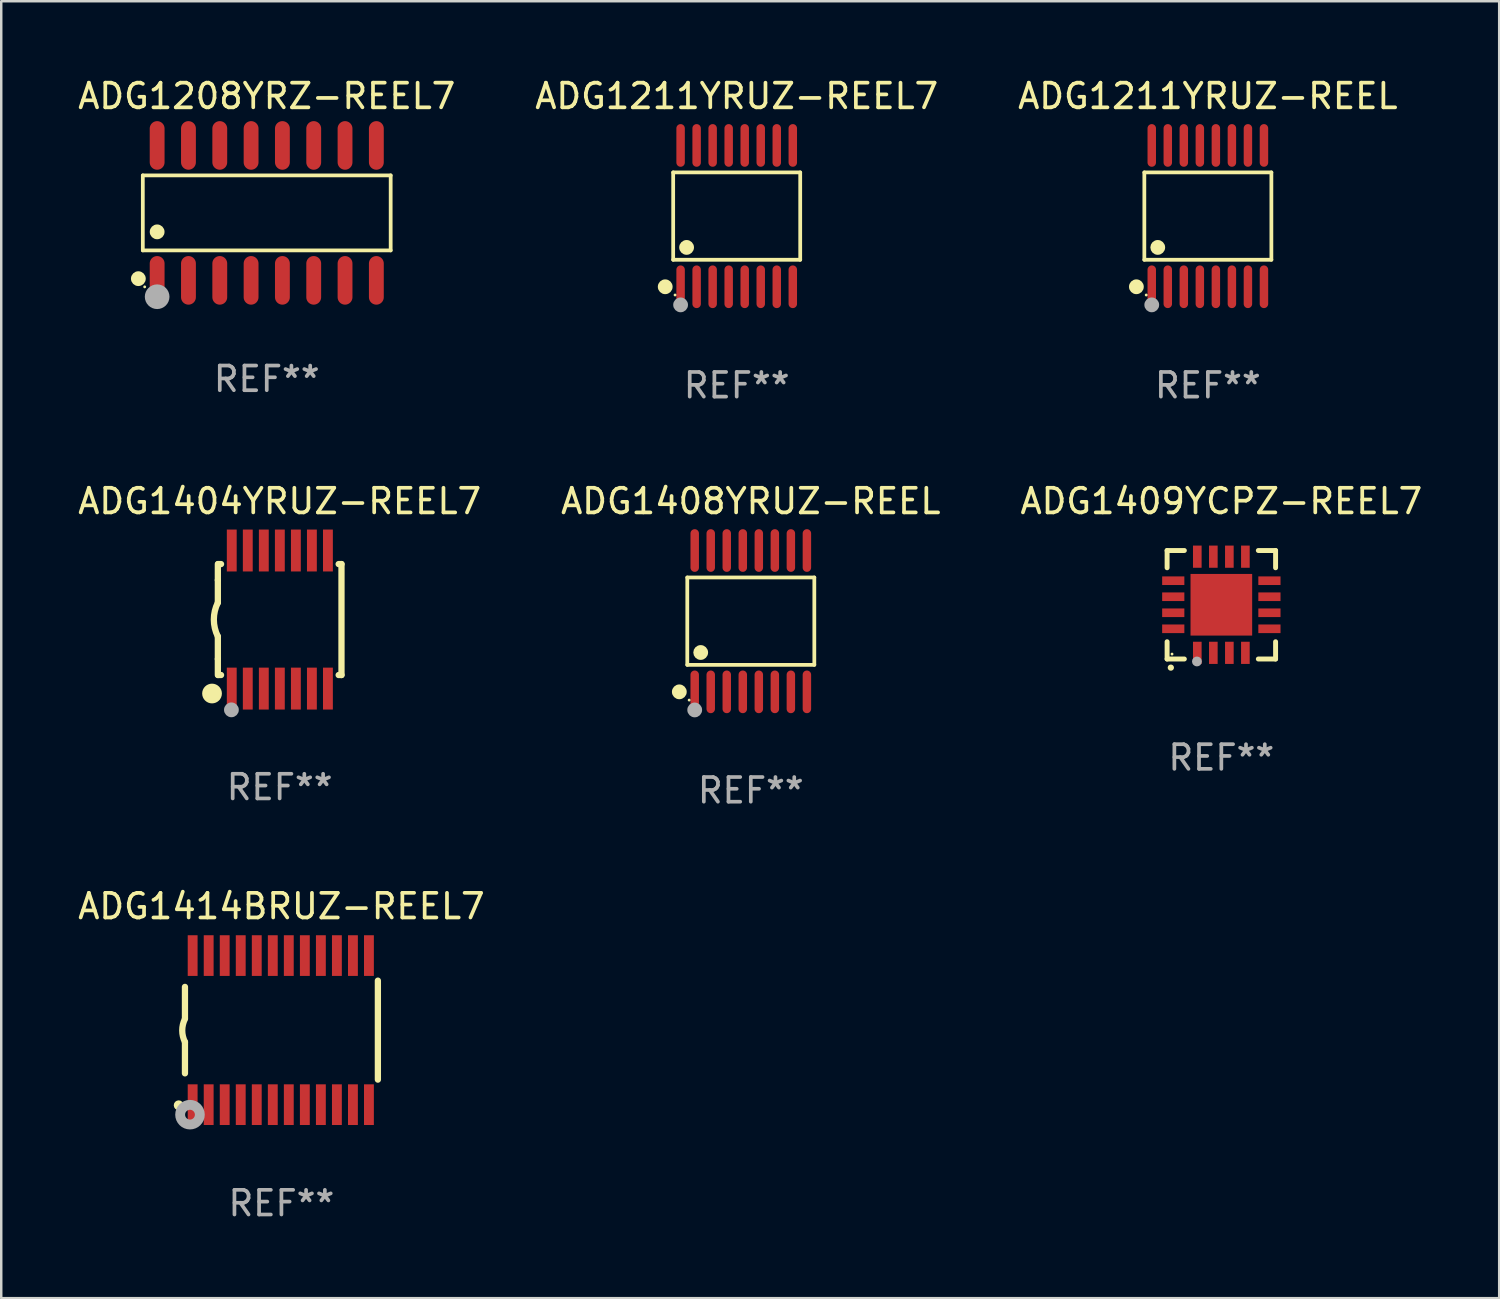
<source format=kicad_pcb>
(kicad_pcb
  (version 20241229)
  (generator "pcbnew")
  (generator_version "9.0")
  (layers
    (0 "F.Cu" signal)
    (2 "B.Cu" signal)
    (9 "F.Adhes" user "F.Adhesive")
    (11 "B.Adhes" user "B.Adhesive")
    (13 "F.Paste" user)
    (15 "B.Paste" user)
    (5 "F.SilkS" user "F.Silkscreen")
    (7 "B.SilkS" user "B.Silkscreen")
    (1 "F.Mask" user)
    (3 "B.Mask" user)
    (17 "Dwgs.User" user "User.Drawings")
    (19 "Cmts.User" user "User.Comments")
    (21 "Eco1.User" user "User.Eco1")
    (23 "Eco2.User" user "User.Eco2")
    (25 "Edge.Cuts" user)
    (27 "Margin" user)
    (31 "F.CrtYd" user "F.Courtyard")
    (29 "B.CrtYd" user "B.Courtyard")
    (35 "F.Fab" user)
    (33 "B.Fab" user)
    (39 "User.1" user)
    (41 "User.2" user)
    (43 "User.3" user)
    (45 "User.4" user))
  (footprint "ADG1208YRZ-REEL7"
    (layer "F.Cu")
    (at 7.768 5.584)
    (property "Reference" "ADG1208YRZ-REEL7" (at 0 -4.736 0) (layer "F.SilkS") (effects (font (size 1 1) (thickness 0.15))))
    (attr through_hole)
    (fp_line (start -5.026 -1.521) (end 5.026 -1.521) (stroke (width 0.152) (type solid)) (layer "F.SilkS"))
    (fp_line (start -5.026 1.521) (end -5.026 -1.521) (stroke (width 0.152) (type solid)) (layer "F.SilkS"))
    (fp_line (start 5.026 -1.521) (end 5.026 1.521) (stroke (width 0.152) (type solid)) (layer "F.SilkS"))
    (fp_line (start 5.026 1.521) (end -5.026 1.521) (stroke (width 0.152) (type solid)) (layer "F.SilkS"))
    (fp_circle (center -5.207 2.667) (end -5.057 2.667) (stroke (width 0.3) (type solid)) (fill no) (layer "F.SilkS"))
    (fp_circle (center -4.95 3) (end -4.92 3) (stroke (width 0.06) (type solid)) (fill no) (layer "F.SilkS"))
    (fp_circle (center -4.445 0.769) (end -4.295 0.769) (stroke (width 0.3) (type solid)) (fill no) (layer "F.SilkS"))
    (fp_circle (center -4.445 3.4) (end -4.195 3.4) (stroke (width 0.5) (type solid)) (fill no) (layer "F.Fab"))
    (fp_text user "REF**" (at 0 6.736 0) (layer "F.Fab") (effects (font (size 1 1) (thickness 0.15))))
    (pad "1" smd oval (at -4.445 2.736) (size 0.602 1.971) (layers "F.Cu" "F.Mask" "F.Paste"))
    (pad "2" smd oval (at -3.175 2.736) (size 0.602 1.971) (layers "F.Cu" "F.Mask" "F.Paste"))
    (pad "3" smd oval (at -1.905 2.736) (size 0.602 1.971) (layers "F.Cu" "F.Mask" "F.Paste"))
    (pad "4" smd oval (at -0.635 2.736) (size 0.602 1.971) (layers "F.Cu" "F.Mask" "F.Paste"))
    (pad "5" smd oval (at 0.635 2.736) (size 0.602 1.971) (layers "F.Cu" "F.Mask" "F.Paste"))
    (pad "6" smd oval (at 1.905 2.736) (size 0.602 1.971) (layers "F.Cu" "F.Mask" "F.Paste"))
    (pad "7" smd oval (at 3.175 2.736) (size 0.602 1.971) (layers "F.Cu" "F.Mask" "F.Paste"))
    (pad "8" smd oval (at 4.445 2.736) (size 0.602 1.971) (layers "F.Cu" "F.Mask" "F.Paste"))
    (pad "9" smd oval (at 4.445 -2.736) (size 0.602 1.971) (layers "F.Cu" "F.Mask" "F.Paste"))
    (pad "10" smd oval (at 3.175 -2.736) (size 0.602 1.971) (layers "F.Cu" "F.Mask" "F.Paste"))
    (pad "11" smd oval (at 1.905 -2.736) (size 0.602 1.971) (layers "F.Cu" "F.Mask" "F.Paste"))
    (pad "12" smd oval (at 0.635 -2.736) (size 0.602 1.971) (layers "F.Cu" "F.Mask" "F.Paste"))
    (pad "13" smd oval (at -0.635 -2.736) (size 0.602 1.971) (layers "F.Cu" "F.Mask" "F.Paste"))
    (pad "14" smd oval (at -1.905 -2.736) (size 0.602 1.971) (layers "F.Cu" "F.Mask" "F.Paste"))
    (pad "15" smd oval (at -3.175 -2.736) (size 0.602 1.971) (layers "F.Cu" "F.Mask" "F.Paste"))
    (pad "16" smd oval (at -4.445 -2.736) (size 0.602 1.971) (layers "F.Cu" "F.Mask" "F.Paste")))
  (footprint "ADG1211YRUZ-REEL"
    (layer "F.Cu")
    (at 45.935 5.714)
    (property "Reference" "ADG1211YRUZ-REEL" (at 0 -4.866 0) (layer "F.SilkS") (effects (font (size 1 1) (thickness 0.15))))
    (attr through_hole)
    (fp_line (start -2.576 -1.772) (end 2.576 -1.772) (stroke (width 0.152) (type solid)) (layer "F.SilkS"))
    (fp_line (start -2.576 1.771) (end -2.576 -1.772) (stroke (width 0.152) (type solid)) (layer "F.SilkS"))
    (fp_line (start 2.576 -1.772) (end 2.576 1.771) (stroke (width 0.152) (type solid)) (layer "F.SilkS"))
    (fp_line (start 2.576 1.771) (end -2.576 1.771) (stroke (width 0.152) (type solid)) (layer "F.SilkS"))
    (fp_circle (center -2.899 2.866) (end -2.749 2.866) (stroke (width 0.3) (type solid)) (fill no) (layer "F.SilkS"))
    (fp_circle (center -2.5 3.2) (end -2.47 3.2) (stroke (width 0.06) (type solid)) (fill no) (layer "F.SilkS"))
    (fp_circle (center -2.032 1.27) (end -1.882 1.27) (stroke (width 0.3) (type solid)) (fill no) (layer "F.SilkS"))
    (fp_circle (center -2.275 3.6) (end -2.125 3.6) (stroke (width 0.3) (type solid)) (fill no) (layer "F.Fab"))
    (fp_text user "REF**" (at 0 6.866 0) (layer "F.Fab") (effects (font (size 1 1) (thickness 0.15))))
    (pad "1" smd oval (at -2.275 2.866) (size 0.343 1.731) (layers "F.Cu" "F.Mask" "F.Paste"))
    (pad "2" smd oval (at -1.625 2.866) (size 0.343 1.731) (layers "F.Cu" "F.Mask" "F.Paste"))
    (pad "3" smd oval (at -0.975 2.866) (size 0.343 1.731) (layers "F.Cu" "F.Mask" "F.Paste"))
    (pad "4" smd oval (at -0.325 2.866) (size 0.343 1.731) (layers "F.Cu" "F.Mask" "F.Paste"))
    (pad "5" smd oval (at 0.325 2.866) (size 0.343 1.731) (layers "F.Cu" "F.Mask" "F.Paste"))
    (pad "6" smd oval (at 0.975 2.866) (size 0.343 1.731) (layers "F.Cu" "F.Mask" "F.Paste"))
    (pad "7" smd oval (at 1.625 2.866) (size 0.343 1.731) (layers "F.Cu" "F.Mask" "F.Paste"))
    (pad "8" smd oval (at 2.275 2.866) (size 0.343 1.731) (layers "F.Cu" "F.Mask" "F.Paste"))
    (pad "9" smd oval (at 2.275 -2.866) (size 0.343 1.731) (layers "F.Cu" "F.Mask" "F.Paste"))
    (pad "10" smd oval (at 1.625 -2.866) (size 0.343 1.731) (layers "F.Cu" "F.Mask" "F.Paste"))
    (pad "11" smd oval (at 0.975 -2.866) (size 0.343 1.731) (layers "F.Cu" "F.Mask" "F.Paste"))
    (pad "12" smd oval (at 0.325 -2.866) (size 0.343 1.731) (layers "F.Cu" "F.Mask" "F.Paste"))
    (pad "13" smd oval (at -0.325 -2.866) (size 0.343 1.731) (layers "F.Cu" "F.Mask" "F.Paste"))
    (pad "14" smd oval (at -0.975 -2.866) (size 0.343 1.731) (layers "F.Cu" "F.Mask" "F.Paste"))
    (pad "15" smd oval (at -1.625 -2.866) (size 0.343 1.731) (layers "F.Cu" "F.Mask" "F.Paste"))
    (pad "16" smd oval (at -2.275 -2.866) (size 0.343 1.731) (layers "F.Cu" "F.Mask" "F.Paste")))
  (footprint "ADG1211YRUZ-REEL7"
    (layer "F.Cu")
    (at 26.827 5.714)
    (property "Reference" "ADG1211YRUZ-REEL7" (at 0 -4.866 0) (layer "F.SilkS") (effects (font (size 1 1) (thickness 0.15))))
    (attr through_hole)
    (fp_line (start -2.576 -1.772) (end 2.576 -1.772) (stroke (width 0.152) (type solid)) (layer "F.SilkS"))
    (fp_line (start -2.576 1.771) (end -2.576 -1.772) (stroke (width 0.152) (type solid)) (layer "F.SilkS"))
    (fp_line (start 2.576 -1.772) (end 2.576 1.771) (stroke (width 0.152) (type solid)) (layer "F.SilkS"))
    (fp_line (start 2.576 1.771) (end -2.576 1.771) (stroke (width 0.152) (type solid)) (layer "F.SilkS"))
    (fp_circle (center -2.899 2.866) (end -2.749 2.866) (stroke (width 0.3) (type solid)) (fill no) (layer "F.SilkS"))
    (fp_circle (center -2.5 3.2) (end -2.47 3.2) (stroke (width 0.06) (type solid)) (fill no) (layer "F.SilkS"))
    (fp_circle (center -2.032 1.27) (end -1.882 1.27) (stroke (width 0.3) (type solid)) (fill no) (layer "F.SilkS"))
    (fp_circle (center -2.275 3.6) (end -2.125 3.6) (stroke (width 0.3) (type solid)) (fill no) (layer "F.Fab"))
    (fp_text user "REF**" (at 0 6.866 0) (layer "F.Fab") (effects (font (size 1 1) (thickness 0.15))))
    (pad "1" smd oval (at -2.275 2.866) (size 0.343 1.731) (layers "F.Cu" "F.Mask" "F.Paste"))
    (pad "2" smd oval (at -1.625 2.866) (size 0.343 1.731) (layers "F.Cu" "F.Mask" "F.Paste"))
    (pad "3" smd oval (at -0.975 2.866) (size 0.343 1.731) (layers "F.Cu" "F.Mask" "F.Paste"))
    (pad "4" smd oval (at -0.325 2.866) (size 0.343 1.731) (layers "F.Cu" "F.Mask" "F.Paste"))
    (pad "5" smd oval (at 0.325 2.866) (size 0.343 1.731) (layers "F.Cu" "F.Mask" "F.Paste"))
    (pad "6" smd oval (at 0.975 2.866) (size 0.343 1.731) (layers "F.Cu" "F.Mask" "F.Paste"))
    (pad "7" smd oval (at 1.625 2.866) (size 0.343 1.731) (layers "F.Cu" "F.Mask" "F.Paste"))
    (pad "8" smd oval (at 2.275 2.866) (size 0.343 1.731) (layers "F.Cu" "F.Mask" "F.Paste"))
    (pad "9" smd oval (at 2.275 -2.866) (size 0.343 1.731) (layers "F.Cu" "F.Mask" "F.Paste"))
    (pad "10" smd oval (at 1.625 -2.866) (size 0.343 1.731) (layers "F.Cu" "F.Mask" "F.Paste"))
    (pad "11" smd oval (at 0.975 -2.866) (size 0.343 1.731) (layers "F.Cu" "F.Mask" "F.Paste"))
    (pad "12" smd oval (at 0.325 -2.866) (size 0.343 1.731) (layers "F.Cu" "F.Mask" "F.Paste"))
    (pad "13" smd oval (at -0.325 -2.866) (size 0.343 1.731) (layers "F.Cu" "F.Mask" "F.Paste"))
    (pad "14" smd oval (at -0.975 -2.866) (size 0.343 1.731) (layers "F.Cu" "F.Mask" "F.Paste"))
    (pad "15" smd oval (at -1.625 -2.866) (size 0.343 1.731) (layers "F.Cu" "F.Mask" "F.Paste"))
    (pad "16" smd oval (at -2.275 -2.866) (size 0.343 1.731) (layers "F.Cu" "F.Mask" "F.Paste")))
  (footprint "ADG1404YRUZ-REEL7"
    (layer "F.Cu")
    (at 8.292 22.076)
    (property "Reference" "ADG1404YRUZ-REEL7" (at 0 -4.8 0) (layer "F.SilkS") (effects (font (size 1 1) (thickness 0.15))))
    (attr through_hole)
    (fp_line (start -2.507 -1.6) (end -2.507 -2.25) (stroke (width 0.254) (type solid)) (layer "F.SilkS"))
    (fp_line (start -2.507 -0.686) (end -2.507 -1.6) (stroke (width 0.254) (type solid)) (layer "F.SilkS"))
    (fp_line (start -2.507 1.6) (end -2.507 0.686) (stroke (width 0.254) (type solid)) (layer "F.SilkS"))
    (fp_line (start -2.507 1.6) (end -2.507 2.25) (stroke (width 0.254) (type solid)) (layer "F.SilkS"))
    (fp_line (start -2.493 -2.25) (end -2.377 -2.25) (stroke (width 0.254) (type solid)) (layer "F.SilkS"))
    (fp_line (start -2.377 2.25) (end -2.493 2.25) (stroke (width 0.254) (type solid)) (layer "F.SilkS"))
    (fp_line (start 2.392 -2.25) (end 2.507 -2.25) (stroke (width 0.254) (type solid)) (layer "F.SilkS"))
    (fp_line (start 2.507 -2.25) (end 2.507 2.25) (stroke (width 0.254) (type solid)) (layer "F.SilkS"))
    (fp_line (start 2.507 2.25) (end 2.392 2.25) (stroke (width 0.254) (type solid)) (layer "F.SilkS"))
    (fp_arc (start -2.507303 0.685802) (mid -2.669199 0) (end -2.507303 -0.685801) (stroke (width 0.254001) (type solid)) (layer "F.SilkS"))
    (fp_circle (center -2.743 3) (end -2.543 3) (stroke (width 0.4) (type solid)) (fill no) (layer "F.SilkS"))
    (fp_circle (center -2.493 3.2) (end -2.463 3.2) (stroke (width 0.06) (type solid)) (fill no) (layer "F.SilkS"))
    (fp_circle (center -1.957 3.662) (end -1.807 3.662) (stroke (width 0.3) (type solid)) (fill no) (layer "F.Fab"))
    (fp_text user "REF**" (at 0 6.8 0) (layer "F.Fab") (effects (font (size 1 1) (thickness 0.15))))
    (pad "1" smd rect (at -1.943 2.8) (size 0.4 1.7) (layers "F.Cu" "F.Mask" "F.Paste"))
    (pad "2" smd rect (at -1.293 2.8) (size 0.4 1.7) (layers "F.Cu" "F.Mask" "F.Paste"))
    (pad "3" smd rect (at -0.643 2.8) (size 0.4 1.7) (layers "F.Cu" "F.Mask" "F.Paste"))
    (pad "4" smd rect (at 0.007 2.8) (size 0.4 1.7) (layers "F.Cu" "F.Mask" "F.Paste"))
    (pad "5" smd rect (at 0.657 2.8) (size 0.4 1.7) (layers "F.Cu" "F.Mask" "F.Paste"))
    (pad "6" smd rect (at 1.307 2.8) (size 0.4 1.7) (layers "F.Cu" "F.Mask" "F.Paste"))
    (pad "7" smd rect (at 1.957 2.8) (size 0.4 1.7) (layers "F.Cu" "F.Mask" "F.Paste"))
    (pad "8" smd rect (at 1.957 -2.8) (size 0.4 1.7) (layers "F.Cu" "F.Mask" "F.Paste"))
    (pad "9" smd rect (at 1.307 -2.8) (size 0.4 1.7) (layers "F.Cu" "F.Mask" "F.Paste"))
    (pad "10" smd rect (at 0.657 -2.8) (size 0.4 1.7) (layers "F.Cu" "F.Mask" "F.Paste"))
    (pad "11" smd rect (at 0.007 -2.8) (size 0.4 1.7) (layers "F.Cu" "F.Mask" "F.Paste"))
    (pad "12" smd rect (at -0.643 -2.8) (size 0.4 1.7) (layers "F.Cu" "F.Mask" "F.Paste"))
    (pad "13" smd rect (at -1.293 -2.8) (size 0.4 1.7) (layers "F.Cu" "F.Mask" "F.Paste"))
    (pad "14" smd rect (at -1.943 -2.8) (size 0.4 1.7) (layers "F.Cu" "F.Mask" "F.Paste")))
  (footprint "ADG1414BRUZ-REEL7"
    (layer "F.Cu")
    (at 8.363 38.727)
    (property "Reference" "ADG1414BRUZ-REEL7" (at 0 -5.023 0) (layer "F.SilkS") (effects (font (size 1 1) (thickness 0.15))))
    (attr through_hole)
    (fp_line (start -3.912 -0.483) (end -3.912 -1.753) (stroke (width 0.254) (type solid)) (layer "F.SilkS"))
    (fp_line (start -3.912 1.753) (end -3.912 0.483) (stroke (width 0.254) (type solid)) (layer "F.SilkS"))
    (fp_line (start 3.912 -2.007) (end 3.912 2.007) (stroke (width 0.254) (type solid)) (layer "F.SilkS"))
    (fp_arc (start -3.911608 0.482601) (mid -4.022537 0.0127) (end -3.911608 -0.457201) (stroke (width 0.254001) (type solid)) (layer "F.SilkS"))
    (fp_circle (center -4.166 3.048) (end -4.066 3.048) (stroke (width 0.2) (type solid)) (fill no) (layer "F.SilkS"))
    (fp_circle (center -3.925 3.186) (end -3.895 3.186) (stroke (width 0.06) (type solid)) (fill no) (layer "F.SilkS"))
    (fp_circle (center -3.708 3.429) (end -3.509 3.429) (stroke (width 0.4) (type solid)) (fill no) (layer "F.Fab"))
    (fp_text user "REF**" (at 0 7.023 0) (layer "F.Fab") (effects (font (size 1 1) (thickness 0.15))))
    (pad "1" smd rect (at -3.6 3.023) (size 0.4 1.65) (layers "F.Cu" "F.Mask" "F.Paste"))
    (pad "2" smd rect (at -2.95 3.023) (size 0.4 1.65) (layers "F.Cu" "F.Mask" "F.Paste"))
    (pad "3" smd rect (at -2.3 3.023) (size 0.4 1.65) (layers "F.Cu" "F.Mask" "F.Paste"))
    (pad "4" smd rect (at -1.65 3.023) (size 0.4 1.65) (layers "F.Cu" "F.Mask" "F.Paste"))
    (pad "5" smd rect (at -1 3.023) (size 0.4 1.65) (layers "F.Cu" "F.Mask" "F.Paste"))
    (pad "6" smd rect (at -0.35 3.023) (size 0.4 1.65) (layers "F.Cu" "F.Mask" "F.Paste"))
    (pad "7" smd rect (at 0.299 3.023) (size 0.4 1.65) (layers "F.Cu" "F.Mask" "F.Paste"))
    (pad "8" smd rect (at 0.95 3.023) (size 0.4 1.65) (layers "F.Cu" "F.Mask" "F.Paste"))
    (pad "9" smd rect (at 1.6 3.023) (size 0.4 1.65) (layers "F.Cu" "F.Mask" "F.Paste"))
    (pad "10" smd rect (at 2.25 3.023) (size 0.4 1.65) (layers "F.Cu" "F.Mask" "F.Paste"))
    (pad "11" smd rect (at 2.9 3.023) (size 0.4 1.65) (layers "F.Cu" "F.Mask" "F.Paste"))
    (pad "12" smd rect (at 3.549 3.023) (size 0.4 1.65) (layers "F.Cu" "F.Mask" "F.Paste"))
    (pad "13" smd rect (at 3.549 -3.023) (size 0.4 1.65) (layers "F.Cu" "F.Mask" "F.Paste"))
    (pad "14" smd rect (at 2.9 -3.023) (size 0.4 1.65) (layers "F.Cu" "F.Mask" "F.Paste"))
    (pad "15" smd rect (at 2.25 -3.023) (size 0.4 1.65) (layers "F.Cu" "F.Mask" "F.Paste"))
    (pad "16" smd rect (at 1.6 -3.023) (size 0.4 1.65) (layers "F.Cu" "F.Mask" "F.Paste"))
    (pad "17" smd rect (at 0.95 -3.023) (size 0.4 1.65) (layers "F.Cu" "F.Mask" "F.Paste"))
    (pad "18" smd rect (at 0.299 -3.023) (size 0.4 1.65) (layers "F.Cu" "F.Mask" "F.Paste"))
    (pad "19" smd rect (at -0.35 -3.023) (size 0.4 1.65) (layers "F.Cu" "F.Mask" "F.Paste"))
    (pad "20" smd rect (at -1 -3.023) (size 0.4 1.65) (layers "F.Cu" "F.Mask" "F.Paste"))
    (pad "21" smd rect (at -1.65 -3.023) (size 0.4 1.65) (layers "F.Cu" "F.Mask" "F.Paste"))
    (pad "22" smd rect (at -2.3 -3.023) (size 0.4 1.65) (layers "F.Cu" "F.Mask" "F.Paste"))
    (pad "23" smd rect (at -2.95 -3.023) (size 0.4 1.65) (layers "F.Cu" "F.Mask" "F.Paste"))
    (pad "24" smd rect (at -3.6 -3.023) (size 0.4 1.65) (layers "F.Cu" "F.Mask" "F.Paste")))
  (footprint "ADG1408YRUZ-REEL"
    (layer "F.Cu")
    (at 27.399 22.142)
    (property "Reference" "ADG1408YRUZ-REEL" (at 0 -4.866 0) (layer "F.SilkS") (effects (font (size 1 1) (thickness 0.15))))
    (attr through_hole)
    (fp_line (start -2.576 -1.772) (end 2.576 -1.772) (stroke (width 0.152) (type solid)) (layer "F.SilkS"))
    (fp_line (start -2.576 1.771) (end -2.576 -1.772) (stroke (width 0.152) (type solid)) (layer "F.SilkS"))
    (fp_line (start 2.576 -1.772) (end 2.576 1.771) (stroke (width 0.152) (type solid)) (layer "F.SilkS"))
    (fp_line (start 2.576 1.771) (end -2.576 1.771) (stroke (width 0.152) (type solid)) (layer "F.SilkS"))
    (fp_circle (center -2.899 2.866) (end -2.749 2.866) (stroke (width 0.3) (type solid)) (fill no) (layer "F.SilkS"))
    (fp_circle (center -2.5 3.2) (end -2.47 3.2) (stroke (width 0.06) (type solid)) (fill no) (layer "F.SilkS"))
    (fp_circle (center -2.032 1.27) (end -1.882 1.27) (stroke (width 0.3) (type solid)) (fill no) (layer "F.SilkS"))
    (fp_circle (center -2.275 3.6) (end -2.125 3.6) (stroke (width 0.3) (type solid)) (fill no) (layer "F.Fab"))
    (fp_text user "REF**" (at 0 6.866 0) (layer "F.Fab") (effects (font (size 1 1) (thickness 0.15))))
    (pad "1" smd oval (at -2.275 2.866) (size 0.343 1.731) (layers "F.Cu" "F.Mask" "F.Paste"))
    (pad "2" smd oval (at -1.625 2.866) (size 0.343 1.731) (layers "F.Cu" "F.Mask" "F.Paste"))
    (pad "3" smd oval (at -0.975 2.866) (size 0.343 1.731) (layers "F.Cu" "F.Mask" "F.Paste"))
    (pad "4" smd oval (at -0.325 2.866) (size 0.343 1.731) (layers "F.Cu" "F.Mask" "F.Paste"))
    (pad "5" smd oval (at 0.325 2.866) (size 0.343 1.731) (layers "F.Cu" "F.Mask" "F.Paste"))
    (pad "6" smd oval (at 0.975 2.866) (size 0.343 1.731) (layers "F.Cu" "F.Mask" "F.Paste"))
    (pad "7" smd oval (at 1.625 2.866) (size 0.343 1.731) (layers "F.Cu" "F.Mask" "F.Paste"))
    (pad "8" smd oval (at 2.275 2.866) (size 0.343 1.731) (layers "F.Cu" "F.Mask" "F.Paste"))
    (pad "9" smd oval (at 2.275 -2.866) (size 0.343 1.731) (layers "F.Cu" "F.Mask" "F.Paste"))
    (pad "10" smd oval (at 1.625 -2.866) (size 0.343 1.731) (layers "F.Cu" "F.Mask" "F.Paste"))
    (pad "11" smd oval (at 0.975 -2.866) (size 0.343 1.731) (layers "F.Cu" "F.Mask" "F.Paste"))
    (pad "12" smd oval (at 0.325 -2.866) (size 0.343 1.731) (layers "F.Cu" "F.Mask" "F.Paste"))
    (pad "13" smd oval (at -0.325 -2.866) (size 0.343 1.731) (layers "F.Cu" "F.Mask" "F.Paste"))
    (pad "14" smd oval (at -0.975 -2.866) (size 0.343 1.731) (layers "F.Cu" "F.Mask" "F.Paste"))
    (pad "15" smd oval (at -1.625 -2.866) (size 0.343 1.731) (layers "F.Cu" "F.Mask" "F.Paste"))
    (pad "16" smd oval (at -2.275 -2.866) (size 0.343 1.731) (layers "F.Cu" "F.Mask" "F.Paste")))
  (footprint "ADG1409YCPZ-REEL7"
    (layer "F.Cu")
    (at 46.482 21.476)
    (property "Reference" "ADG1409YCPZ-REEL7" (at 0 -4.2 0) (layer "F.SilkS") (effects (font (size 1 1) (thickness 0.15))))
    (attr through_hole)
    (fp_line (start -2.2 -2.2) (end -1.5 -2.2) (stroke (width 0.2) (type solid)) (layer "F.SilkS"))
    (fp_line (start -2.2 -1.5) (end -2.2 -2.2) (stroke (width 0.2) (type solid)) (layer "F.SilkS"))
    (fp_line (start -2.2 2.2) (end -2.2 1.5) (stroke (width 0.2) (type solid)) (layer "F.SilkS"))
    (fp_line (start -1.5 2.2) (end -2.2 2.2) (stroke (width 0.2) (type solid)) (layer "F.SilkS"))
    (fp_line (start 1.5 2.2) (end 2.2 2.2) (stroke (width 0.2) (type solid)) (layer "F.SilkS"))
    (fp_line (start 2.2 -2.2) (end 1.5 -2.2) (stroke (width 0.2) (type solid)) (layer "F.SilkS"))
    (fp_line (start 2.2 -1.5) (end 2.2 -2.2) (stroke (width 0.2) (type solid)) (layer "F.SilkS"))
    (fp_line (start 2.2 2.2) (end 2.2 1.5) (stroke (width 0.2) (type solid)) (layer "F.SilkS"))
    (fp_arc (start -2.049784 2.550165) (mid -2.048514 2.550159) (end -2.047244 2.550165) (stroke (width 0.25) (type solid)) (layer "F.SilkS"))
    (fp_circle (center -2 2) (end -1.97 2) (stroke (width 0.06) (type solid)) (fill no) (layer "F.SilkS"))
    (fp_circle (center -0.99 2.3) (end -0.89 2.3) (stroke (width 0.2) (type solid)) (fill no) (layer "F.Fab"))
    (fp_text user "REF**" (at 0 6.2 0) (layer "F.Fab") (effects (font (size 1 1) (thickness 0.15))))
    (pad "1" smd rect (at -0.975 1.95 180) (size 0.35 0.9) (layers "F.Cu" "F.Mask" "F.Paste"))
    (pad "2" smd rect (at -0.325 1.95 180) (size 0.35 0.9) (layers "F.Cu" "F.Mask" "F.Paste"))
    (pad "3" smd rect (at 0.325 1.95 180) (size 0.35 0.9) (layers "F.Cu" "F.Mask" "F.Paste"))
    (pad "4" smd rect (at 0.975 1.95 180) (size 0.35 0.9) (layers "F.Cu" "F.Mask" "F.Paste"))
    (pad "5" smd rect (at 1.95 0.975 90) (size 0.35 0.9) (layers "F.Cu" "F.Mask" "F.Paste"))
    (pad "6" smd rect (at 1.95 0.325 90) (size 0.35 0.9) (layers "F.Cu" "F.Mask" "F.Paste"))
    (pad "7" smd rect (at 1.95 -0.325 90) (size 0.35 0.9) (layers "F.Cu" "F.Mask" "F.Paste"))
    (pad "8" smd rect (at 1.95 -0.975 90) (size 0.35 0.9) (layers "F.Cu" "F.Mask" "F.Paste"))
    (pad "9" smd rect (at 0.975 -1.95 180) (size 0.35 0.9) (layers "F.Cu" "F.Mask" "F.Paste"))
    (pad "10" smd rect (at 0.325 -1.95 180) (size 0.35 0.9) (layers "F.Cu" "F.Mask" "F.Paste"))
    (pad "11" smd rect (at -0.325 -1.95 180) (size 0.35 0.9) (layers "F.Cu" "F.Mask" "F.Paste"))
    (pad "12" smd rect (at -0.975 -1.95 180) (size 0.35 0.9) (layers "F.Cu" "F.Mask" "F.Paste"))
    (pad "13" smd rect (at -1.95 -0.975 90) (size 0.35 0.9) (layers "F.Cu" "F.Mask" "F.Paste"))
    (pad "14" smd rect (at -1.95 -0.325 90) (size 0.35 0.9) (layers "F.Cu" "F.Mask" "F.Paste"))
    (pad "15" smd rect (at -1.95 0.325 90) (size 0.35 0.9) (layers "F.Cu" "F.Mask" "F.Paste"))
    (pad "16" smd rect (at -1.95 0.975 90) (size 0.35 0.9) (layers "F.Cu" "F.Mask" "F.Paste"))
    (pad "17" smd rect (at 0.000051 0.000051 90) (size 2.5 2.5) (layers "F.Cu" "F.Mask" "F.Paste")))
  (gr_rect
    (start -3 -3)
    (end 57.75 49.598)
    (stroke (width 0.1) (type default))
    (fill no)
    (layer "Edge.Cuts")))
</source>
